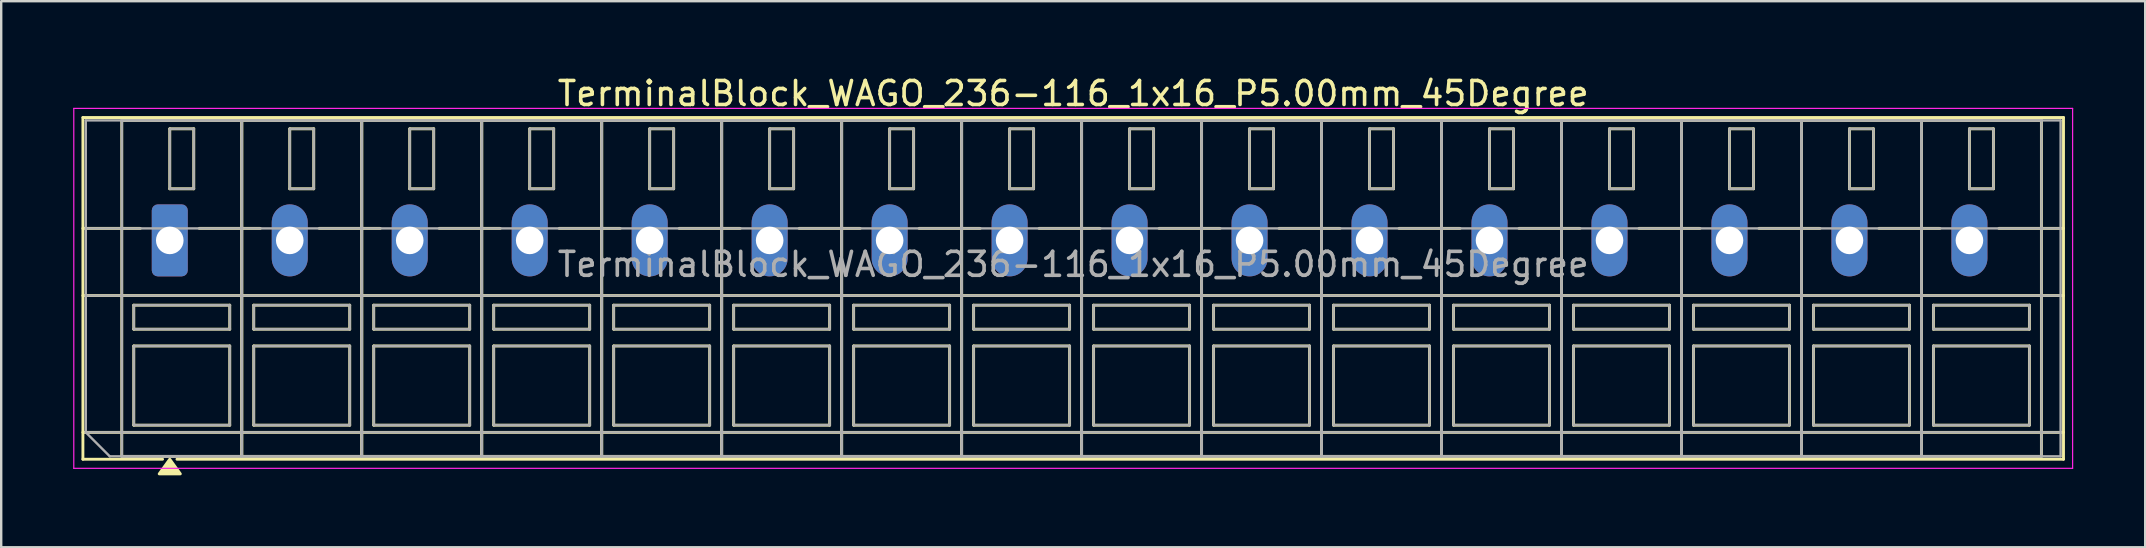
<source format=kicad_pcb>
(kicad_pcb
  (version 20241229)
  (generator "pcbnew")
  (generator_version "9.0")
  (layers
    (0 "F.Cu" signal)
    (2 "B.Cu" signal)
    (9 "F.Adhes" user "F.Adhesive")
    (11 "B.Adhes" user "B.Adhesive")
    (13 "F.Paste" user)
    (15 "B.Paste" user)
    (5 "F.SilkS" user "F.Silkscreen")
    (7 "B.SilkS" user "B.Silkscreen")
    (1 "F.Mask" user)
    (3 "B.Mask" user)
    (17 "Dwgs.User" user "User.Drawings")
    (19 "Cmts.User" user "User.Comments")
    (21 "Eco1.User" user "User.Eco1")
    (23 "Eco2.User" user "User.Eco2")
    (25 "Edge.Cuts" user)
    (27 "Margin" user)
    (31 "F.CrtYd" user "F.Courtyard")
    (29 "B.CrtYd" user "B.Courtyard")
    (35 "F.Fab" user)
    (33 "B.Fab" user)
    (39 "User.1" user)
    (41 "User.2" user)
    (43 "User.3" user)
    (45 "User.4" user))
  (footprint "TerminalBlock_WAGO_236-116_1x16_P5.00mm_45Degree"
    (layer "F.Cu")
    (at 4.025 6.968)
    (property "Reference" "TerminalBlock_WAGO_236-116_1x16_P5.00mm_45Degree" (at 37.65 -6.12 0) (layer "F.SilkS") (effects (font (size 1 1) (thickness 0.15))))
    (attr through_hole)
    (fp_line (start -3.62 -5.12) (end -3.62 9.12) (stroke (width 0.12) (type solid)) (layer "F.SilkS"))
    (fp_line (start -3.62 -5.12) (end 78.92 -5.12) (stroke (width 0.12) (type solid)) (layer "F.SilkS"))
    (fp_line (start -3.62 -0.5) (end -1.23 -0.5) (stroke (width 0.12) (type solid)) (layer "F.SilkS"))
    (fp_line (start -3.62 2.3) (end 78.92 2.3) (stroke (width 0.12) (type solid)) (layer "F.SilkS"))
    (fp_line (start -3.62 8) (end 78.92 8) (stroke (width 0.12) (type solid)) (layer "F.SilkS"))
    (fp_line (start -3.62 9.12) (end -0.3 9.12) (stroke (width 0.12) (type solid)) (layer "F.SilkS"))
    (fp_line (start -2 -5) (end -2 9) (stroke (width 0.12) (type solid)) (layer "F.SilkS"))
    (fp_line (start -2 -5) (end 3 -5) (stroke (width 0.12) (type solid)) (layer "F.SilkS"))
    (fp_line (start -2 9) (end 3 9) (stroke (width 0.12) (type solid)) (layer "F.SilkS"))
    (fp_line (start -1.5 2.7) (end -1.5 3.7) (stroke (width 0.12) (type solid)) (layer "F.SilkS"))
    (fp_line (start -1.5 2.7) (end 2.5 2.7) (stroke (width 0.12) (type solid)) (layer "F.SilkS"))
    (fp_line (start -1.5 3.7) (end 2.5 3.7) (stroke (width 0.12) (type solid)) (layer "F.SilkS"))
    (fp_line (start -1.5 4.4) (end -1.5 7.7) (stroke (width 0.12) (type solid)) (layer "F.SilkS"))
    (fp_line (start -1.5 4.4) (end 2.5 4.4) (stroke (width 0.12) (type solid)) (layer "F.SilkS"))
    (fp_line (start -1.5 7.7) (end 2.5 7.7) (stroke (width 0.12) (type solid)) (layer "F.SilkS"))
    (fp_line (start 0 -4.65) (end 0 -2.15) (stroke (width 0.12) (type solid)) (layer "F.SilkS"))
    (fp_line (start 0 -4.65) (end 1 -4.65) (stroke (width 0.12) (type solid)) (layer "F.SilkS"))
    (fp_line (start 0 -2.15) (end 1 -2.15) (stroke (width 0.12) (type solid)) (layer "F.SilkS"))
    (fp_line (start 0.3 9.12) (end 78.92 9.12) (stroke (width 0.12) (type solid)) (layer "F.SilkS"))
    (fp_line (start 1 -4.65) (end 1 -2.15) (stroke (width 0.12) (type solid)) (layer "F.SilkS"))
    (fp_line (start 1.23 -0.5) (end 3.77 -0.5) (stroke (width 0.12) (type solid)) (layer "F.SilkS"))
    (fp_line (start 2.5 2.7) (end 2.5 3.7) (stroke (width 0.12) (type solid)) (layer "F.SilkS"))
    (fp_line (start 2.5 4.4) (end 2.5 7.7) (stroke (width 0.12) (type solid)) (layer "F.SilkS"))
    (fp_line (start 3 -5) (end 3 9) (stroke (width 0.12) (type solid)) (layer "F.SilkS"))
    (fp_line (start 3 -5) (end 3 9) (stroke (width 0.12) (type solid)) (layer "F.SilkS"))
    (fp_line (start 3 -5) (end 8 -5) (stroke (width 0.12) (type solid)) (layer "F.SilkS"))
    (fp_line (start 3 9) (end 8 9) (stroke (width 0.12) (type solid)) (layer "F.SilkS"))
    (fp_line (start 3.5 2.7) (end 3.5 3.7) (stroke (width 0.12) (type solid)) (layer "F.SilkS"))
    (fp_line (start 3.5 2.7) (end 7.5 2.7) (stroke (width 0.12) (type solid)) (layer "F.SilkS"))
    (fp_line (start 3.5 3.7) (end 7.5 3.7) (stroke (width 0.12) (type solid)) (layer "F.SilkS"))
    (fp_line (start 3.5 4.4) (end 3.5 7.7) (stroke (width 0.12) (type solid)) (layer "F.SilkS"))
    (fp_line (start 3.5 4.4) (end 7.5 4.4) (stroke (width 0.12) (type solid)) (layer "F.SilkS"))
    (fp_line (start 3.5 7.7) (end 7.5 7.7) (stroke (width 0.12) (type solid)) (layer "F.SilkS"))
    (fp_line (start 5 -4.65) (end 5 -2.15) (stroke (width 0.12) (type solid)) (layer "F.SilkS"))
    (fp_line (start 5 -4.65) (end 6 -4.65) (stroke (width 0.12) (type solid)) (layer "F.SilkS"))
    (fp_line (start 5 -2.15) (end 6 -2.15) (stroke (width 0.12) (type solid)) (layer "F.SilkS"))
    (fp_line (start 6 -4.65) (end 6 -2.15) (stroke (width 0.12) (type solid)) (layer "F.SilkS"))
    (fp_line (start 6.23 -0.5) (end 8.77 -0.5) (stroke (width 0.12) (type solid)) (layer "F.SilkS"))
    (fp_line (start 7.5 2.7) (end 7.5 3.7) (stroke (width 0.12) (type solid)) (layer "F.SilkS"))
    (fp_line (start 7.5 4.4) (end 7.5 7.7) (stroke (width 0.12) (type solid)) (layer "F.SilkS"))
    (fp_line (start 8 -5) (end 8 9) (stroke (width 0.12) (type solid)) (layer "F.SilkS"))
    (fp_line (start 8 -5) (end 8 9) (stroke (width 0.12) (type solid)) (layer "F.SilkS"))
    (fp_line (start 8 -5) (end 13 -5) (stroke (width 0.12) (type solid)) (layer "F.SilkS"))
    (fp_line (start 8 9) (end 13 9) (stroke (width 0.12) (type solid)) (layer "F.SilkS"))
    (fp_line (start 8.5 2.7) (end 8.5 3.7) (stroke (width 0.12) (type solid)) (layer "F.SilkS"))
    (fp_line (start 8.5 2.7) (end 12.5 2.7) (stroke (width 0.12) (type solid)) (layer "F.SilkS"))
    (fp_line (start 8.5 3.7) (end 12.5 3.7) (stroke (width 0.12) (type solid)) (layer "F.SilkS"))
    (fp_line (start 8.5 4.4) (end 8.5 7.7) (stroke (width 0.12) (type solid)) (layer "F.SilkS"))
    (fp_line (start 8.5 4.4) (end 12.5 4.4) (stroke (width 0.12) (type solid)) (layer "F.SilkS"))
    (fp_line (start 8.5 7.7) (end 12.5 7.7) (stroke (width 0.12) (type solid)) (layer "F.SilkS"))
    (fp_line (start 10 -4.65) (end 10 -2.15) (stroke (width 0.12) (type solid)) (layer "F.SilkS"))
    (fp_line (start 10 -4.65) (end 11 -4.65) (stroke (width 0.12) (type solid)) (layer "F.SilkS"))
    (fp_line (start 10 -2.15) (end 11 -2.15) (stroke (width 0.12) (type solid)) (layer "F.SilkS"))
    (fp_line (start 11 -4.65) (end 11 -2.15) (stroke (width 0.12) (type solid)) (layer "F.SilkS"))
    (fp_line (start 11.23 -0.5) (end 13.77 -0.5) (stroke (width 0.12) (type solid)) (layer "F.SilkS"))
    (fp_line (start 12.5 2.7) (end 12.5 3.7) (stroke (width 0.12) (type solid)) (layer "F.SilkS"))
    (fp_line (start 12.5 4.4) (end 12.5 7.7) (stroke (width 0.12) (type solid)) (layer "F.SilkS"))
    (fp_line (start 13 -5) (end 13 9) (stroke (width 0.12) (type solid)) (layer "F.SilkS"))
    (fp_line (start 13 -5) (end 13 9) (stroke (width 0.12) (type solid)) (layer "F.SilkS"))
    (fp_line (start 13 -5) (end 18 -5) (stroke (width 0.12) (type solid)) (layer "F.SilkS"))
    (fp_line (start 13 9) (end 18 9) (stroke (width 0.12) (type solid)) (layer "F.SilkS"))
    (fp_line (start 13.5 2.7) (end 13.5 3.7) (stroke (width 0.12) (type solid)) (layer "F.SilkS"))
    (fp_line (start 13.5 2.7) (end 17.5 2.7) (stroke (width 0.12) (type solid)) (layer "F.SilkS"))
    (fp_line (start 13.5 3.7) (end 17.5 3.7) (stroke (width 0.12) (type solid)) (layer "F.SilkS"))
    (fp_line (start 13.5 4.4) (end 13.5 7.7) (stroke (width 0.12) (type solid)) (layer "F.SilkS"))
    (fp_line (start 13.5 4.4) (end 17.5 4.4) (stroke (width 0.12) (type solid)) (layer "F.SilkS"))
    (fp_line (start 13.5 7.7) (end 17.5 7.7) (stroke (width 0.12) (type solid)) (layer "F.SilkS"))
    (fp_line (start 15 -4.65) (end 15 -2.15) (stroke (width 0.12) (type solid)) (layer "F.SilkS"))
    (fp_line (start 15 -4.65) (end 16 -4.65) (stroke (width 0.12) (type solid)) (layer "F.SilkS"))
    (fp_line (start 15 -2.15) (end 16 -2.15) (stroke (width 0.12) (type solid)) (layer "F.SilkS"))
    (fp_line (start 16 -4.65) (end 16 -2.15) (stroke (width 0.12) (type solid)) (layer "F.SilkS"))
    (fp_line (start 16.23 -0.5) (end 18.77 -0.5) (stroke (width 0.12) (type solid)) (layer "F.SilkS"))
    (fp_line (start 17.5 2.7) (end 17.5 3.7) (stroke (width 0.12) (type solid)) (layer "F.SilkS"))
    (fp_line (start 17.5 4.4) (end 17.5 7.7) (stroke (width 0.12) (type solid)) (layer "F.SilkS"))
    (fp_line (start 18 -5) (end 18 9) (stroke (width 0.12) (type solid)) (layer "F.SilkS"))
    (fp_line (start 18 -5) (end 18 9) (stroke (width 0.12) (type solid)) (layer "F.SilkS"))
    (fp_line (start 18 -5) (end 23 -5) (stroke (width 0.12) (type solid)) (layer "F.SilkS"))
    (fp_line (start 18 9) (end 23 9) (stroke (width 0.12) (type solid)) (layer "F.SilkS"))
    (fp_line (start 18.5 2.7) (end 18.5 3.7) (stroke (width 0.12) (type solid)) (layer "F.SilkS"))
    (fp_line (start 18.5 2.7) (end 22.5 2.7) (stroke (width 0.12) (type solid)) (layer "F.SilkS"))
    (fp_line (start 18.5 3.7) (end 22.5 3.7) (stroke (width 0.12) (type solid)) (layer "F.SilkS"))
    (fp_line (start 18.5 4.4) (end 18.5 7.7) (stroke (width 0.12) (type solid)) (layer "F.SilkS"))
    (fp_line (start 18.5 4.4) (end 22.5 4.4) (stroke (width 0.12) (type solid)) (layer "F.SilkS"))
    (fp_line (start 18.5 7.7) (end 22.5 7.7) (stroke (width 0.12) (type solid)) (layer "F.SilkS"))
    (fp_line (start 20 -4.65) (end 20 -2.15) (stroke (width 0.12) (type solid)) (layer "F.SilkS"))
    (fp_line (start 20 -4.65) (end 21 -4.65) (stroke (width 0.12) (type solid)) (layer "F.SilkS"))
    (fp_line (start 20 -2.15) (end 21 -2.15) (stroke (width 0.12) (type solid)) (layer "F.SilkS"))
    (fp_line (start 21 -4.65) (end 21 -2.15) (stroke (width 0.12) (type solid)) (layer "F.SilkS"))
    (fp_line (start 21.23 -0.5) (end 23.77 -0.5) (stroke (width 0.12) (type solid)) (layer "F.SilkS"))
    (fp_line (start 22.5 2.7) (end 22.5 3.7) (stroke (width 0.12) (type solid)) (layer "F.SilkS"))
    (fp_line (start 22.5 4.4) (end 22.5 7.7) (stroke (width 0.12) (type solid)) (layer "F.SilkS"))
    (fp_line (start 23 -5) (end 23 9) (stroke (width 0.12) (type solid)) (layer "F.SilkS"))
    (fp_line (start 23 -5) (end 23 9) (stroke (width 0.12) (type solid)) (layer "F.SilkS"))
    (fp_line (start 23 -5) (end 28 -5) (stroke (width 0.12) (type solid)) (layer "F.SilkS"))
    (fp_line (start 23 9) (end 28 9) (stroke (width 0.12) (type solid)) (layer "F.SilkS"))
    (fp_line (start 23.5 2.7) (end 23.5 3.7) (stroke (width 0.12) (type solid)) (layer "F.SilkS"))
    (fp_line (start 23.5 2.7) (end 27.5 2.7) (stroke (width 0.12) (type solid)) (layer "F.SilkS"))
    (fp_line (start 23.5 3.7) (end 27.5 3.7) (stroke (width 0.12) (type solid)) (layer "F.SilkS"))
    (fp_line (start 23.5 4.4) (end 23.5 7.7) (stroke (width 0.12) (type solid)) (layer "F.SilkS"))
    (fp_line (start 23.5 4.4) (end 27.5 4.4) (stroke (width 0.12) (type solid)) (layer "F.SilkS"))
    (fp_line (start 23.5 7.7) (end 27.5 7.7) (stroke (width 0.12) (type solid)) (layer "F.SilkS"))
    (fp_line (start 25 -4.65) (end 25 -2.15) (stroke (width 0.12) (type solid)) (layer "F.SilkS"))
    (fp_line (start 25 -4.65) (end 26 -4.65) (stroke (width 0.12) (type solid)) (layer "F.SilkS"))
    (fp_line (start 25 -2.15) (end 26 -2.15) (stroke (width 0.12) (type solid)) (layer "F.SilkS"))
    (fp_line (start 26 -4.65) (end 26 -2.15) (stroke (width 0.12) (type solid)) (layer "F.SilkS"))
    (fp_line (start 26.23 -0.5) (end 28.77 -0.5) (stroke (width 0.12) (type solid)) (layer "F.SilkS"))
    (fp_line (start 27.5 2.7) (end 27.5 3.7) (stroke (width 0.12) (type solid)) (layer "F.SilkS"))
    (fp_line (start 27.5 4.4) (end 27.5 7.7) (stroke (width 0.12) (type solid)) (layer "F.SilkS"))
    (fp_line (start 28 -5) (end 28 9) (stroke (width 0.12) (type solid)) (layer "F.SilkS"))
    (fp_line (start 28 -5) (end 28 9) (stroke (width 0.12) (type solid)) (layer "F.SilkS"))
    (fp_line (start 28 -5) (end 33 -5) (stroke (width 0.12) (type solid)) (layer "F.SilkS"))
    (fp_line (start 28 9) (end 33 9) (stroke (width 0.12) (type solid)) (layer "F.SilkS"))
    (fp_line (start 28.5 2.7) (end 28.5 3.7) (stroke (width 0.12) (type solid)) (layer "F.SilkS"))
    (fp_line (start 28.5 2.7) (end 32.5 2.7) (stroke (width 0.12) (type solid)) (layer "F.SilkS"))
    (fp_line (start 28.5 3.7) (end 32.5 3.7) (stroke (width 0.12) (type solid)) (layer "F.SilkS"))
    (fp_line (start 28.5 4.4) (end 28.5 7.7) (stroke (width 0.12) (type solid)) (layer "F.SilkS"))
    (fp_line (start 28.5 4.4) (end 32.5 4.4) (stroke (width 0.12) (type solid)) (layer "F.SilkS"))
    (fp_line (start 28.5 7.7) (end 32.5 7.7) (stroke (width 0.12) (type solid)) (layer "F.SilkS"))
    (fp_line (start 30 -4.65) (end 30 -2.15) (stroke (width 0.12) (type solid)) (layer "F.SilkS"))
    (fp_line (start 30 -4.65) (end 31 -4.65) (stroke (width 0.12) (type solid)) (layer "F.SilkS"))
    (fp_line (start 30 -2.15) (end 31 -2.15) (stroke (width 0.12) (type solid)) (layer "F.SilkS"))
    (fp_line (start 31 -4.65) (end 31 -2.15) (stroke (width 0.12) (type solid)) (layer "F.SilkS"))
    (fp_line (start 31.23 -0.5) (end 33.77 -0.5) (stroke (width 0.12) (type solid)) (layer "F.SilkS"))
    (fp_line (start 32.5 2.7) (end 32.5 3.7) (stroke (width 0.12) (type solid)) (layer "F.SilkS"))
    (fp_line (start 32.5 4.4) (end 32.5 7.7) (stroke (width 0.12) (type solid)) (layer "F.SilkS"))
    (fp_line (start 33 -5) (end 33 9) (stroke (width 0.12) (type solid)) (layer "F.SilkS"))
    (fp_line (start 33 -5) (end 33 9) (stroke (width 0.12) (type solid)) (layer "F.SilkS"))
    (fp_line (start 33 -5) (end 38 -5) (stroke (width 0.12) (type solid)) (layer "F.SilkS"))
    (fp_line (start 33 9) (end 38 9) (stroke (width 0.12) (type solid)) (layer "F.SilkS"))
    (fp_line (start 33.5 2.7) (end 33.5 3.7) (stroke (width 0.12) (type solid)) (layer "F.SilkS"))
    (fp_line (start 33.5 2.7) (end 37.5 2.7) (stroke (width 0.12) (type solid)) (layer "F.SilkS"))
    (fp_line (start 33.5 3.7) (end 37.5 3.7) (stroke (width 0.12) (type solid)) (layer "F.SilkS"))
    (fp_line (start 33.5 4.4) (end 33.5 7.7) (stroke (width 0.12) (type solid)) (layer "F.SilkS"))
    (fp_line (start 33.5 4.4) (end 37.5 4.4) (stroke (width 0.12) (type solid)) (layer "F.SilkS"))
    (fp_line (start 33.5 7.7) (end 37.5 7.7) (stroke (width 0.12) (type solid)) (layer "F.SilkS"))
    (fp_line (start 35 -4.65) (end 35 -2.15) (stroke (width 0.12) (type solid)) (layer "F.SilkS"))
    (fp_line (start 35 -4.65) (end 36 -4.65) (stroke (width 0.12) (type solid)) (layer "F.SilkS"))
    (fp_line (start 35 -2.15) (end 36 -2.15) (stroke (width 0.12) (type solid)) (layer "F.SilkS"))
    (fp_line (start 36 -4.65) (end 36 -2.15) (stroke (width 0.12) (type solid)) (layer "F.SilkS"))
    (fp_line (start 36.23 -0.5) (end 38.77 -0.5) (stroke (width 0.12) (type solid)) (layer "F.SilkS"))
    (fp_line (start 37.5 2.7) (end 37.5 3.7) (stroke (width 0.12) (type solid)) (layer "F.SilkS"))
    (fp_line (start 37.5 4.4) (end 37.5 7.7) (stroke (width 0.12) (type solid)) (layer "F.SilkS"))
    (fp_line (start 38 -5) (end 38 9) (stroke (width 0.12) (type solid)) (layer "F.SilkS"))
    (fp_line (start 38 -5) (end 38 9) (stroke (width 0.12) (type solid)) (layer "F.SilkS"))
    (fp_line (start 38 -5) (end 43 -5) (stroke (width 0.12) (type solid)) (layer "F.SilkS"))
    (fp_line (start 38 9) (end 43 9) (stroke (width 0.12) (type solid)) (layer "F.SilkS"))
    (fp_line (start 38.5 2.7) (end 38.5 3.7) (stroke (width 0.12) (type solid)) (layer "F.SilkS"))
    (fp_line (start 38.5 2.7) (end 42.5 2.7) (stroke (width 0.12) (type solid)) (layer "F.SilkS"))
    (fp_line (start 38.5 3.7) (end 42.5 3.7) (stroke (width 0.12) (type solid)) (layer "F.SilkS"))
    (fp_line (start 38.5 4.4) (end 38.5 7.7) (stroke (width 0.12) (type solid)) (layer "F.SilkS"))
    (fp_line (start 38.5 4.4) (end 42.5 4.4) (stroke (width 0.12) (type solid)) (layer "F.SilkS"))
    (fp_line (start 38.5 7.7) (end 42.5 7.7) (stroke (width 0.12) (type solid)) (layer "F.SilkS"))
    (fp_line (start 40 -4.65) (end 40 -2.15) (stroke (width 0.12) (type solid)) (layer "F.SilkS"))
    (fp_line (start 40 -4.65) (end 41 -4.65) (stroke (width 0.12) (type solid)) (layer "F.SilkS"))
    (fp_line (start 40 -2.15) (end 41 -2.15) (stroke (width 0.12) (type solid)) (layer "F.SilkS"))
    (fp_line (start 41 -4.65) (end 41 -2.15) (stroke (width 0.12) (type solid)) (layer "F.SilkS"))
    (fp_line (start 41.23 -0.5) (end 43.77 -0.5) (stroke (width 0.12) (type solid)) (layer "F.SilkS"))
    (fp_line (start 42.5 2.7) (end 42.5 3.7) (stroke (width 0.12) (type solid)) (layer "F.SilkS"))
    (fp_line (start 42.5 4.4) (end 42.5 7.7) (stroke (width 0.12) (type solid)) (layer "F.SilkS"))
    (fp_line (start 43 -5) (end 43 9) (stroke (width 0.12) (type solid)) (layer "F.SilkS"))
    (fp_line (start 43 -5) (end 43 9) (stroke (width 0.12) (type solid)) (layer "F.SilkS"))
    (fp_line (start 43 -5) (end 48 -5) (stroke (width 0.12) (type solid)) (layer "F.SilkS"))
    (fp_line (start 43 9) (end 48 9) (stroke (width 0.12) (type solid)) (layer "F.SilkS"))
    (fp_line (start 43.5 2.7) (end 43.5 3.7) (stroke (width 0.12) (type solid)) (layer "F.SilkS"))
    (fp_line (start 43.5 2.7) (end 47.5 2.7) (stroke (width 0.12) (type solid)) (layer "F.SilkS"))
    (fp_line (start 43.5 3.7) (end 47.5 3.7) (stroke (width 0.12) (type solid)) (layer "F.SilkS"))
    (fp_line (start 43.5 4.4) (end 43.5 7.7) (stroke (width 0.12) (type solid)) (layer "F.SilkS"))
    (fp_line (start 43.5 4.4) (end 47.5 4.4) (stroke (width 0.12) (type solid)) (layer "F.SilkS"))
    (fp_line (start 43.5 7.7) (end 47.5 7.7) (stroke (width 0.12) (type solid)) (layer "F.SilkS"))
    (fp_line (start 45 -4.65) (end 45 -2.15) (stroke (width 0.12) (type solid)) (layer "F.SilkS"))
    (fp_line (start 45 -4.65) (end 46 -4.65) (stroke (width 0.12) (type solid)) (layer "F.SilkS"))
    (fp_line (start 45 -2.15) (end 46 -2.15) (stroke (width 0.12) (type solid)) (layer "F.SilkS"))
    (fp_line (start 46 -4.65) (end 46 -2.15) (stroke (width 0.12) (type solid)) (layer "F.SilkS"))
    (fp_line (start 46.23 -0.5) (end 48.77 -0.5) (stroke (width 0.12) (type solid)) (layer "F.SilkS"))
    (fp_line (start 47.5 2.7) (end 47.5 3.7) (stroke (width 0.12) (type solid)) (layer "F.SilkS"))
    (fp_line (start 47.5 4.4) (end 47.5 7.7) (stroke (width 0.12) (type solid)) (layer "F.SilkS"))
    (fp_line (start 48 -5) (end 48 9) (stroke (width 0.12) (type solid)) (layer "F.SilkS"))
    (fp_line (start 48 -5) (end 48 9) (stroke (width 0.12) (type solid)) (layer "F.SilkS"))
    (fp_line (start 48 -5) (end 53 -5) (stroke (width 0.12) (type solid)) (layer "F.SilkS"))
    (fp_line (start 48 9) (end 53 9) (stroke (width 0.12) (type solid)) (layer "F.SilkS"))
    (fp_line (start 48.5 2.7) (end 48.5 3.7) (stroke (width 0.12) (type solid)) (layer "F.SilkS"))
    (fp_line (start 48.5 2.7) (end 52.5 2.7) (stroke (width 0.12) (type solid)) (layer "F.SilkS"))
    (fp_line (start 48.5 3.7) (end 52.5 3.7) (stroke (width 0.12) (type solid)) (layer "F.SilkS"))
    (fp_line (start 48.5 4.4) (end 48.5 7.7) (stroke (width 0.12) (type solid)) (layer "F.SilkS"))
    (fp_line (start 48.5 4.4) (end 52.5 4.4) (stroke (width 0.12) (type solid)) (layer "F.SilkS"))
    (fp_line (start 48.5 7.7) (end 52.5 7.7) (stroke (width 0.12) (type solid)) (layer "F.SilkS"))
    (fp_line (start 50 -4.65) (end 50 -2.15) (stroke (width 0.12) (type solid)) (layer "F.SilkS"))
    (fp_line (start 50 -4.65) (end 51 -4.65) (stroke (width 0.12) (type solid)) (layer "F.SilkS"))
    (fp_line (start 50 -2.15) (end 51 -2.15) (stroke (width 0.12) (type solid)) (layer "F.SilkS"))
    (fp_line (start 51 -4.65) (end 51 -2.15) (stroke (width 0.12) (type solid)) (layer "F.SilkS"))
    (fp_line (start 51.23 -0.5) (end 53.77 -0.5) (stroke (width 0.12) (type solid)) (layer "F.SilkS"))
    (fp_line (start 52.5 2.7) (end 52.5 3.7) (stroke (width 0.12) (type solid)) (layer "F.SilkS"))
    (fp_line (start 52.5 4.4) (end 52.5 7.7) (stroke (width 0.12) (type solid)) (layer "F.SilkS"))
    (fp_line (start 53 -5) (end 53 9) (stroke (width 0.12) (type solid)) (layer "F.SilkS"))
    (fp_line (start 53 -5) (end 53 9) (stroke (width 0.12) (type solid)) (layer "F.SilkS"))
    (fp_line (start 53 -5) (end 58 -5) (stroke (width 0.12) (type solid)) (layer "F.SilkS"))
    (fp_line (start 53 9) (end 58 9) (stroke (width 0.12) (type solid)) (layer "F.SilkS"))
    (fp_line (start 53.5 2.7) (end 53.5 3.7) (stroke (width 0.12) (type solid)) (layer "F.SilkS"))
    (fp_line (start 53.5 2.7) (end 57.5 2.7) (stroke (width 0.12) (type solid)) (layer "F.SilkS"))
    (fp_line (start 53.5 3.7) (end 57.5 3.7) (stroke (width 0.12) (type solid)) (layer "F.SilkS"))
    (fp_line (start 53.5 4.4) (end 53.5 7.7) (stroke (width 0.12) (type solid)) (layer "F.SilkS"))
    (fp_line (start 53.5 4.4) (end 57.5 4.4) (stroke (width 0.12) (type solid)) (layer "F.SilkS"))
    (fp_line (start 53.5 7.7) (end 57.5 7.7) (stroke (width 0.12) (type solid)) (layer "F.SilkS"))
    (fp_line (start 55 -4.65) (end 55 -2.15) (stroke (width 0.12) (type solid)) (layer "F.SilkS"))
    (fp_line (start 55 -4.65) (end 56 -4.65) (stroke (width 0.12) (type solid)) (layer "F.SilkS"))
    (fp_line (start 55 -2.15) (end 56 -2.15) (stroke (width 0.12) (type solid)) (layer "F.SilkS"))
    (fp_line (start 56 -4.65) (end 56 -2.15) (stroke (width 0.12) (type solid)) (layer "F.SilkS"))
    (fp_line (start 56.23 -0.5) (end 58.77 -0.5) (stroke (width 0.12) (type solid)) (layer "F.SilkS"))
    (fp_line (start 57.5 2.7) (end 57.5 3.7) (stroke (width 0.12) (type solid)) (layer "F.SilkS"))
    (fp_line (start 57.5 4.4) (end 57.5 7.7) (stroke (width 0.12) (type solid)) (layer "F.SilkS"))
    (fp_line (start 58 -5) (end 58 9) (stroke (width 0.12) (type solid)) (layer "F.SilkS"))
    (fp_line (start 58 -5) (end 58 9) (stroke (width 0.12) (type solid)) (layer "F.SilkS"))
    (fp_line (start 58 -5) (end 63 -5) (stroke (width 0.12) (type solid)) (layer "F.SilkS"))
    (fp_line (start 58 9) (end 63 9) (stroke (width 0.12) (type solid)) (layer "F.SilkS"))
    (fp_line (start 58.5 2.7) (end 58.5 3.7) (stroke (width 0.12) (type solid)) (layer "F.SilkS"))
    (fp_line (start 58.5 2.7) (end 62.5 2.7) (stroke (width 0.12) (type solid)) (layer "F.SilkS"))
    (fp_line (start 58.5 3.7) (end 62.5 3.7) (stroke (width 0.12) (type solid)) (layer "F.SilkS"))
    (fp_line (start 58.5 4.4) (end 58.5 7.7) (stroke (width 0.12) (type solid)) (layer "F.SilkS"))
    (fp_line (start 58.5 4.4) (end 62.5 4.4) (stroke (width 0.12) (type solid)) (layer "F.SilkS"))
    (fp_line (start 58.5 7.7) (end 62.5 7.7) (stroke (width 0.12) (type solid)) (layer "F.SilkS"))
    (fp_line (start 60 -4.65) (end 60 -2.15) (stroke (width 0.12) (type solid)) (layer "F.SilkS"))
    (fp_line (start 60 -4.65) (end 61 -4.65) (stroke (width 0.12) (type solid)) (layer "F.SilkS"))
    (fp_line (start 60 -2.15) (end 61 -2.15) (stroke (width 0.12) (type solid)) (layer "F.SilkS"))
    (fp_line (start 61 -4.65) (end 61 -2.15) (stroke (width 0.12) (type solid)) (layer "F.SilkS"))
    (fp_line (start 61.23 -0.5) (end 63.77 -0.5) (stroke (width 0.12) (type solid)) (layer "F.SilkS"))
    (fp_line (start 62.5 2.7) (end 62.5 3.7) (stroke (width 0.12) (type solid)) (layer "F.SilkS"))
    (fp_line (start 62.5 4.4) (end 62.5 7.7) (stroke (width 0.12) (type solid)) (layer "F.SilkS"))
    (fp_line (start 63 -5) (end 63 9) (stroke (width 0.12) (type solid)) (layer "F.SilkS"))
    (fp_line (start 63 -5) (end 63 9) (stroke (width 0.12) (type solid)) (layer "F.SilkS"))
    (fp_line (start 63 -5) (end 68 -5) (stroke (width 0.12) (type solid)) (layer "F.SilkS"))
    (fp_line (start 63 9) (end 68 9) (stroke (width 0.12) (type solid)) (layer "F.SilkS"))
    (fp_line (start 63.5 2.7) (end 63.5 3.7) (stroke (width 0.12) (type solid)) (layer "F.SilkS"))
    (fp_line (start 63.5 2.7) (end 67.5 2.7) (stroke (width 0.12) (type solid)) (layer "F.SilkS"))
    (fp_line (start 63.5 3.7) (end 67.5 3.7) (stroke (width 0.12) (type solid)) (layer "F.SilkS"))
    (fp_line (start 63.5 4.4) (end 63.5 7.7) (stroke (width 0.12) (type solid)) (layer "F.SilkS"))
    (fp_line (start 63.5 4.4) (end 67.5 4.4) (stroke (width 0.12) (type solid)) (layer "F.SilkS"))
    (fp_line (start 63.5 7.7) (end 67.5 7.7) (stroke (width 0.12) (type solid)) (layer "F.SilkS"))
    (fp_line (start 65 -4.65) (end 65 -2.15) (stroke (width 0.12) (type solid)) (layer "F.SilkS"))
    (fp_line (start 65 -4.65) (end 66 -4.65) (stroke (width 0.12) (type solid)) (layer "F.SilkS"))
    (fp_line (start 65 -2.15) (end 66 -2.15) (stroke (width 0.12) (type solid)) (layer "F.SilkS"))
    (fp_line (start 66 -4.65) (end 66 -2.15) (stroke (width 0.12) (type solid)) (layer "F.SilkS"))
    (fp_line (start 66.23 -0.5) (end 68.77 -0.5) (stroke (width 0.12) (type solid)) (layer "F.SilkS"))
    (fp_line (start 67.5 2.7) (end 67.5 3.7) (stroke (width 0.12) (type solid)) (layer "F.SilkS"))
    (fp_line (start 67.5 4.4) (end 67.5 7.7) (stroke (width 0.12) (type solid)) (layer "F.SilkS"))
    (fp_line (start 68 -5) (end 68 9) (stroke (width 0.12) (type solid)) (layer "F.SilkS"))
    (fp_line (start 68 -5) (end 68 9) (stroke (width 0.12) (type solid)) (layer "F.SilkS"))
    (fp_line (start 68 -5) (end 73 -5) (stroke (width 0.12) (type solid)) (layer "F.SilkS"))
    (fp_line (start 68 9) (end 73 9) (stroke (width 0.12) (type solid)) (layer "F.SilkS"))
    (fp_line (start 68.5 2.7) (end 68.5 3.7) (stroke (width 0.12) (type solid)) (layer "F.SilkS"))
    (fp_line (start 68.5 2.7) (end 72.5 2.7) (stroke (width 0.12) (type solid)) (layer "F.SilkS"))
    (fp_line (start 68.5 3.7) (end 72.5 3.7) (stroke (width 0.12) (type solid)) (layer "F.SilkS"))
    (fp_line (start 68.5 4.4) (end 68.5 7.7) (stroke (width 0.12) (type solid)) (layer "F.SilkS"))
    (fp_line (start 68.5 4.4) (end 72.5 4.4) (stroke (width 0.12) (type solid)) (layer "F.SilkS"))
    (fp_line (start 68.5 7.7) (end 72.5 7.7) (stroke (width 0.12) (type solid)) (layer "F.SilkS"))
    (fp_line (start 70 -4.65) (end 70 -2.15) (stroke (width 0.12) (type solid)) (layer "F.SilkS"))
    (fp_line (start 70 -4.65) (end 71 -4.65) (stroke (width 0.12) (type solid)) (layer "F.SilkS"))
    (fp_line (start 70 -2.15) (end 71 -2.15) (stroke (width 0.12) (type solid)) (layer "F.SilkS"))
    (fp_line (start 71 -4.65) (end 71 -2.15) (stroke (width 0.12) (type solid)) (layer "F.SilkS"))
    (fp_line (start 71.23 -0.5) (end 73.77 -0.5) (stroke (width 0.12) (type solid)) (layer "F.SilkS"))
    (fp_line (start 72.5 2.7) (end 72.5 3.7) (stroke (width 0.12) (type solid)) (layer "F.SilkS"))
    (fp_line (start 72.5 4.4) (end 72.5 7.7) (stroke (width 0.12) (type solid)) (layer "F.SilkS"))
    (fp_line (start 73 -5) (end 73 9) (stroke (width 0.12) (type solid)) (layer "F.SilkS"))
    (fp_line (start 73 -5) (end 73 9) (stroke (width 0.12) (type solid)) (layer "F.SilkS"))
    (fp_line (start 73 -5) (end 78 -5) (stroke (width 0.12) (type solid)) (layer "F.SilkS"))
    (fp_line (start 73 9) (end 78 9) (stroke (width 0.12) (type solid)) (layer "F.SilkS"))
    (fp_line (start 73.5 2.7) (end 73.5 3.7) (stroke (width 0.12) (type solid)) (layer "F.SilkS"))
    (fp_line (start 73.5 2.7) (end 77.5 2.7) (stroke (width 0.12) (type solid)) (layer "F.SilkS"))
    (fp_line (start 73.5 3.7) (end 77.5 3.7) (stroke (width 0.12) (type solid)) (layer "F.SilkS"))
    (fp_line (start 73.5 4.4) (end 73.5 7.7) (stroke (width 0.12) (type solid)) (layer "F.SilkS"))
    (fp_line (start 73.5 4.4) (end 77.5 4.4) (stroke (width 0.12) (type solid)) (layer "F.SilkS"))
    (fp_line (start 73.5 7.7) (end 77.5 7.7) (stroke (width 0.12) (type solid)) (layer "F.SilkS"))
    (fp_line (start 75 -4.65) (end 75 -2.15) (stroke (width 0.12) (type solid)) (layer "F.SilkS"))
    (fp_line (start 75 -4.65) (end 76 -4.65) (stroke (width 0.12) (type solid)) (layer "F.SilkS"))
    (fp_line (start 75 -2.15) (end 76 -2.15) (stroke (width 0.12) (type solid)) (layer "F.SilkS"))
    (fp_line (start 76 -4.65) (end 76 -2.15) (stroke (width 0.12) (type solid)) (layer "F.SilkS"))
    (fp_line (start 76.23 -0.5) (end 78.92 -0.5) (stroke (width 0.12) (type solid)) (layer "F.SilkS"))
    (fp_line (start 77.5 2.7) (end 77.5 3.7) (stroke (width 0.12) (type solid)) (layer "F.SilkS"))
    (fp_line (start 77.5 4.4) (end 77.5 7.7) (stroke (width 0.12) (type solid)) (layer "F.SilkS"))
    (fp_line (start 78 -5) (end 78 9) (stroke (width 0.12) (type solid)) (layer "F.SilkS"))
    (fp_line (start 78.92 -5.12) (end 78.92 9.12) (stroke (width 0.12) (type solid)) (layer "F.SilkS"))
    (fp_poly (pts (xy 0 9.12) (xy 0.44 9.73) (xy -0.44 9.73)) (stroke (width 0.12) (type solid)) (fill yes) (layer "F.SilkS"))
    (fp_line (start -4 -5.5) (end -4 9.5) (stroke (width 0.05) (type solid)) (layer "F.CrtYd"))
    (fp_line (start -4 9.5) (end 79.3 9.5) (stroke (width 0.05) (type solid)) (layer "F.CrtYd"))
    (fp_line (start 79.3 -5.5) (end -4 -5.5) (stroke (width 0.05) (type solid)) (layer "F.CrtYd"))
    (fp_line (start 79.3 9.5) (end 79.3 -5.5) (stroke (width 0.05) (type solid)) (layer "F.CrtYd"))
    (fp_line (start -3.5 -5) (end 78.8 -5) (stroke (width 0.1) (type solid)) (layer "F.Fab"))
    (fp_line (start -3.5 -0.5) (end 78.8 -0.5) (stroke (width 0.1) (type solid)) (layer "F.Fab"))
    (fp_line (start -3.5 2.3) (end 78.8 2.3) (stroke (width 0.1) (type solid)) (layer "F.Fab"))
    (fp_line (start -3.5 8) (end -3.5 -5) (stroke (width 0.1) (type solid)) (layer "F.Fab"))
    (fp_line (start -3.5 8) (end 78.8 8) (stroke (width 0.1) (type solid)) (layer "F.Fab"))
    (fp_line (start -2.5 9) (end -3.5 8) (stroke (width 0.1) (type solid)) (layer "F.Fab"))
    (fp_line (start -2 -5) (end -2 9) (stroke (width 0.1) (type solid)) (layer "F.Fab"))
    (fp_line (start -2 9) (end 3 9) (stroke (width 0.1) (type solid)) (layer "F.Fab"))
    (fp_line (start -1.5 2.7) (end -1.5 3.7) (stroke (width 0.1) (type solid)) (layer "F.Fab"))
    (fp_line (start -1.5 3.7) (end 2.5 3.7) (stroke (width 0.1) (type solid)) (layer "F.Fab"))
    (fp_line (start -1.5 4.4) (end -1.5 7.7) (stroke (width 0.1) (type solid)) (layer "F.Fab"))
    (fp_line (start -1.5 7.7) (end 2.5 7.7) (stroke (width 0.1) (type solid)) (layer "F.Fab"))
    (fp_line (start 0 -4.65) (end 0 -2.15) (stroke (width 0.1) (type solid)) (layer "F.Fab"))
    (fp_line (start 0 -2.15) (end 1 -2.15) (stroke (width 0.1) (type solid)) (layer "F.Fab"))
    (fp_line (start 1 -4.65) (end 0 -4.65) (stroke (width 0.1) (type solid)) (layer "F.Fab"))
    (fp_line (start 1 -2.15) (end 1 -4.65) (stroke (width 0.1) (type solid)) (layer "F.Fab"))
    (fp_line (start 2.5 2.7) (end -1.5 2.7) (stroke (width 0.1) (type solid)) (layer "F.Fab"))
    (fp_line (start 2.5 3.7) (end 2.5 2.7) (stroke (width 0.1) (type solid)) (layer "F.Fab"))
    (fp_line (start 2.5 4.4) (end -1.5 4.4) (stroke (width 0.1) (type solid)) (layer "F.Fab"))
    (fp_line (start 2.5 7.7) (end 2.5 4.4) (stroke (width 0.1) (type solid)) (layer "F.Fab"))
    (fp_line (start 3 -5) (end -2 -5) (stroke (width 0.1) (type solid)) (layer "F.Fab"))
    (fp_line (start 3 -5) (end 3 9) (stroke (width 0.1) (type solid)) (layer "F.Fab"))
    (fp_line (start 3 9) (end 3 -5) (stroke (width 0.1) (type solid)) (layer "F.Fab"))
    (fp_line (start 3 9) (end 8 9) (stroke (width 0.1) (type solid)) (layer "F.Fab"))
    (fp_line (start 3.5 2.7) (end 3.5 3.7) (stroke (width 0.1) (type solid)) (layer "F.Fab"))
    (fp_line (start 3.5 3.7) (end 7.5 3.7) (stroke (width 0.1) (type solid)) (layer "F.Fab"))
    (fp_line (start 3.5 4.4) (end 3.5 7.7) (stroke (width 0.1) (type solid)) (layer "F.Fab"))
    (fp_line (start 3.5 7.7) (end 7.5 7.7) (stroke (width 0.1) (type solid)) (layer "F.Fab"))
    (fp_line (start 5 -4.65) (end 5 -2.15) (stroke (width 0.1) (type solid)) (layer "F.Fab"))
    (fp_line (start 5 -2.15) (end 6 -2.15) (stroke (width 0.1) (type solid)) (layer "F.Fab"))
    (fp_line (start 6 -4.65) (end 5 -4.65) (stroke (width 0.1) (type solid)) (layer "F.Fab"))
    (fp_line (start 6 -2.15) (end 6 -4.65) (stroke (width 0.1) (type solid)) (layer "F.Fab"))
    (fp_line (start 7.5 2.7) (end 3.5 2.7) (stroke (width 0.1) (type solid)) (layer "F.Fab"))
    (fp_line (start 7.5 3.7) (end 7.5 2.7) (stroke (width 0.1) (type solid)) (layer "F.Fab"))
    (fp_line (start 7.5 4.4) (end 3.5 4.4) (stroke (width 0.1) (type solid)) (layer "F.Fab"))
    (fp_line (start 7.5 7.7) (end 7.5 4.4) (stroke (width 0.1) (type solid)) (layer "F.Fab"))
    (fp_line (start 8 -5) (end 3 -5) (stroke (width 0.1) (type solid)) (layer "F.Fab"))
    (fp_line (start 8 -5) (end 8 9) (stroke (width 0.1) (type solid)) (layer "F.Fab"))
    (fp_line (start 8 9) (end 8 -5) (stroke (width 0.1) (type solid)) (layer "F.Fab"))
    (fp_line (start 8 9) (end 13 9) (stroke (width 0.1) (type solid)) (layer "F.Fab"))
    (fp_line (start 8.5 2.7) (end 8.5 3.7) (stroke (width 0.1) (type solid)) (layer "F.Fab"))
    (fp_line (start 8.5 3.7) (end 12.5 3.7) (stroke (width 0.1) (type solid)) (layer "F.Fab"))
    (fp_line (start 8.5 4.4) (end 8.5 7.7) (stroke (width 0.1) (type solid)) (layer "F.Fab"))
    (fp_line (start 8.5 7.7) (end 12.5 7.7) (stroke (width 0.1) (type solid)) (layer "F.Fab"))
    (fp_line (start 10 -4.65) (end 10 -2.15) (stroke (width 0.1) (type solid)) (layer "F.Fab"))
    (fp_line (start 10 -2.15) (end 11 -2.15) (stroke (width 0.1) (type solid)) (layer "F.Fab"))
    (fp_line (start 11 -4.65) (end 10 -4.65) (stroke (width 0.1) (type solid)) (layer "F.Fab"))
    (fp_line (start 11 -2.15) (end 11 -4.65) (stroke (width 0.1) (type solid)) (layer "F.Fab"))
    (fp_line (start 12.5 2.7) (end 8.5 2.7) (stroke (width 0.1) (type solid)) (layer "F.Fab"))
    (fp_line (start 12.5 3.7) (end 12.5 2.7) (stroke (width 0.1) (type solid)) (layer "F.Fab"))
    (fp_line (start 12.5 4.4) (end 8.5 4.4) (stroke (width 0.1) (type solid)) (layer "F.Fab"))
    (fp_line (start 12.5 7.7) (end 12.5 4.4) (stroke (width 0.1) (type solid)) (layer "F.Fab"))
    (fp_line (start 13 -5) (end 8 -5) (stroke (width 0.1) (type solid)) (layer "F.Fab"))
    (fp_line (start 13 -5) (end 13 9) (stroke (width 0.1) (type solid)) (layer "F.Fab"))
    (fp_line (start 13 9) (end 13 -5) (stroke (width 0.1) (type solid)) (layer "F.Fab"))
    (fp_line (start 13 9) (end 18 9) (stroke (width 0.1) (type solid)) (layer "F.Fab"))
    (fp_line (start 13.5 2.7) (end 13.5 3.7) (stroke (width 0.1) (type solid)) (layer "F.Fab"))
    (fp_line (start 13.5 3.7) (end 17.5 3.7) (stroke (width 0.1) (type solid)) (layer "F.Fab"))
    (fp_line (start 13.5 4.4) (end 13.5 7.7) (stroke (width 0.1) (type solid)) (layer "F.Fab"))
    (fp_line (start 13.5 7.7) (end 17.5 7.7) (stroke (width 0.1) (type solid)) (layer "F.Fab"))
    (fp_line (start 15 -4.65) (end 15 -2.15) (stroke (width 0.1) (type solid)) (layer "F.Fab"))
    (fp_line (start 15 -2.15) (end 16 -2.15) (stroke (width 0.1) (type solid)) (layer "F.Fab"))
    (fp_line (start 16 -4.65) (end 15 -4.65) (stroke (width 0.1) (type solid)) (layer "F.Fab"))
    (fp_line (start 16 -2.15) (end 16 -4.65) (stroke (width 0.1) (type solid)) (layer "F.Fab"))
    (fp_line (start 17.5 2.7) (end 13.5 2.7) (stroke (width 0.1) (type solid)) (layer "F.Fab"))
    (fp_line (start 17.5 3.7) (end 17.5 2.7) (stroke (width 0.1) (type solid)) (layer "F.Fab"))
    (fp_line (start 17.5 4.4) (end 13.5 4.4) (stroke (width 0.1) (type solid)) (layer "F.Fab"))
    (fp_line (start 17.5 7.7) (end 17.5 4.4) (stroke (width 0.1) (type solid)) (layer "F.Fab"))
    (fp_line (start 18 -5) (end 13 -5) (stroke (width 0.1) (type solid)) (layer "F.Fab"))
    (fp_line (start 18 -5) (end 18 9) (stroke (width 0.1) (type solid)) (layer "F.Fab"))
    (fp_line (start 18 9) (end 18 -5) (stroke (width 0.1) (type solid)) (layer "F.Fab"))
    (fp_line (start 18 9) (end 23 9) (stroke (width 0.1) (type solid)) (layer "F.Fab"))
    (fp_line (start 18.5 2.7) (end 18.5 3.7) (stroke (width 0.1) (type solid)) (layer "F.Fab"))
    (fp_line (start 18.5 3.7) (end 22.5 3.7) (stroke (width 0.1) (type solid)) (layer "F.Fab"))
    (fp_line (start 18.5 4.4) (end 18.5 7.7) (stroke (width 0.1) (type solid)) (layer "F.Fab"))
    (fp_line (start 18.5 7.7) (end 22.5 7.7) (stroke (width 0.1) (type solid)) (layer "F.Fab"))
    (fp_line (start 20 -4.65) (end 20 -2.15) (stroke (width 0.1) (type solid)) (layer "F.Fab"))
    (fp_line (start 20 -2.15) (end 21 -2.15) (stroke (width 0.1) (type solid)) (layer "F.Fab"))
    (fp_line (start 21 -4.65) (end 20 -4.65) (stroke (width 0.1) (type solid)) (layer "F.Fab"))
    (fp_line (start 21 -2.15) (end 21 -4.65) (stroke (width 0.1) (type solid)) (layer "F.Fab"))
    (fp_line (start 22.5 2.7) (end 18.5 2.7) (stroke (width 0.1) (type solid)) (layer "F.Fab"))
    (fp_line (start 22.5 3.7) (end 22.5 2.7) (stroke (width 0.1) (type solid)) (layer "F.Fab"))
    (fp_line (start 22.5 4.4) (end 18.5 4.4) (stroke (width 0.1) (type solid)) (layer "F.Fab"))
    (fp_line (start 22.5 7.7) (end 22.5 4.4) (stroke (width 0.1) (type solid)) (layer "F.Fab"))
    (fp_line (start 23 -5) (end 18 -5) (stroke (width 0.1) (type solid)) (layer "F.Fab"))
    (fp_line (start 23 -5) (end 23 9) (stroke (width 0.1) (type solid)) (layer "F.Fab"))
    (fp_line (start 23 9) (end 23 -5) (stroke (width 0.1) (type solid)) (layer "F.Fab"))
    (fp_line (start 23 9) (end 28 9) (stroke (width 0.1) (type solid)) (layer "F.Fab"))
    (fp_line (start 23.5 2.7) (end 23.5 3.7) (stroke (width 0.1) (type solid)) (layer "F.Fab"))
    (fp_line (start 23.5 3.7) (end 27.5 3.7) (stroke (width 0.1) (type solid)) (layer "F.Fab"))
    (fp_line (start 23.5 4.4) (end 23.5 7.7) (stroke (width 0.1) (type solid)) (layer "F.Fab"))
    (fp_line (start 23.5 7.7) (end 27.5 7.7) (stroke (width 0.1) (type solid)) (layer "F.Fab"))
    (fp_line (start 25 -4.65) (end 25 -2.15) (stroke (width 0.1) (type solid)) (layer "F.Fab"))
    (fp_line (start 25 -2.15) (end 26 -2.15) (stroke (width 0.1) (type solid)) (layer "F.Fab"))
    (fp_line (start 26 -4.65) (end 25 -4.65) (stroke (width 0.1) (type solid)) (layer "F.Fab"))
    (fp_line (start 26 -2.15) (end 26 -4.65) (stroke (width 0.1) (type solid)) (layer "F.Fab"))
    (fp_line (start 27.5 2.7) (end 23.5 2.7) (stroke (width 0.1) (type solid)) (layer "F.Fab"))
    (fp_line (start 27.5 3.7) (end 27.5 2.7) (stroke (width 0.1) (type solid)) (layer "F.Fab"))
    (fp_line (start 27.5 4.4) (end 23.5 4.4) (stroke (width 0.1) (type solid)) (layer "F.Fab"))
    (fp_line (start 27.5 7.7) (end 27.5 4.4) (stroke (width 0.1) (type solid)) (layer "F.Fab"))
    (fp_line (start 28 -5) (end 23 -5) (stroke (width 0.1) (type solid)) (layer "F.Fab"))
    (fp_line (start 28 -5) (end 28 9) (stroke (width 0.1) (type solid)) (layer "F.Fab"))
    (fp_line (start 28 9) (end 28 -5) (stroke (width 0.1) (type solid)) (layer "F.Fab"))
    (fp_line (start 28 9) (end 33 9) (stroke (width 0.1) (type solid)) (layer "F.Fab"))
    (fp_line (start 28.5 2.7) (end 28.5 3.7) (stroke (width 0.1) (type solid)) (layer "F.Fab"))
    (fp_line (start 28.5 3.7) (end 32.5 3.7) (stroke (width 0.1) (type solid)) (layer "F.Fab"))
    (fp_line (start 28.5 4.4) (end 28.5 7.7) (stroke (width 0.1) (type solid)) (layer "F.Fab"))
    (fp_line (start 28.5 7.7) (end 32.5 7.7) (stroke (width 0.1) (type solid)) (layer "F.Fab"))
    (fp_line (start 30 -4.65) (end 30 -2.15) (stroke (width 0.1) (type solid)) (layer "F.Fab"))
    (fp_line (start 30 -2.15) (end 31 -2.15) (stroke (width 0.1) (type solid)) (layer "F.Fab"))
    (fp_line (start 31 -4.65) (end 30 -4.65) (stroke (width 0.1) (type solid)) (layer "F.Fab"))
    (fp_line (start 31 -2.15) (end 31 -4.65) (stroke (width 0.1) (type solid)) (layer "F.Fab"))
    (fp_line (start 32.5 2.7) (end 28.5 2.7) (stroke (width 0.1) (type solid)) (layer "F.Fab"))
    (fp_line (start 32.5 3.7) (end 32.5 2.7) (stroke (width 0.1) (type solid)) (layer "F.Fab"))
    (fp_line (start 32.5 4.4) (end 28.5 4.4) (stroke (width 0.1) (type solid)) (layer "F.Fab"))
    (fp_line (start 32.5 7.7) (end 32.5 4.4) (stroke (width 0.1) (type solid)) (layer "F.Fab"))
    (fp_line (start 33 -5) (end 28 -5) (stroke (width 0.1) (type solid)) (layer "F.Fab"))
    (fp_line (start 33 -5) (end 33 9) (stroke (width 0.1) (type solid)) (layer "F.Fab"))
    (fp_line (start 33 9) (end 33 -5) (stroke (width 0.1) (type solid)) (layer "F.Fab"))
    (fp_line (start 33 9) (end 38 9) (stroke (width 0.1) (type solid)) (layer "F.Fab"))
    (fp_line (start 33.5 2.7) (end 33.5 3.7) (stroke (width 0.1) (type solid)) (layer "F.Fab"))
    (fp_line (start 33.5 3.7) (end 37.5 3.7) (stroke (width 0.1) (type solid)) (layer "F.Fab"))
    (fp_line (start 33.5 4.4) (end 33.5 7.7) (stroke (width 0.1) (type solid)) (layer "F.Fab"))
    (fp_line (start 33.5 7.7) (end 37.5 7.7) (stroke (width 0.1) (type solid)) (layer "F.Fab"))
    (fp_line (start 35 -4.65) (end 35 -2.15) (stroke (width 0.1) (type solid)) (layer "F.Fab"))
    (fp_line (start 35 -2.15) (end 36 -2.15) (stroke (width 0.1) (type solid)) (layer "F.Fab"))
    (fp_line (start 36 -4.65) (end 35 -4.65) (stroke (width 0.1) (type solid)) (layer "F.Fab"))
    (fp_line (start 36 -2.15) (end 36 -4.65) (stroke (width 0.1) (type solid)) (layer "F.Fab"))
    (fp_line (start 37.5 2.7) (end 33.5 2.7) (stroke (width 0.1) (type solid)) (layer "F.Fab"))
    (fp_line (start 37.5 3.7) (end 37.5 2.7) (stroke (width 0.1) (type solid)) (layer "F.Fab"))
    (fp_line (start 37.5 4.4) (end 33.5 4.4) (stroke (width 0.1) (type solid)) (layer "F.Fab"))
    (fp_line (start 37.5 7.7) (end 37.5 4.4) (stroke (width 0.1) (type solid)) (layer "F.Fab"))
    (fp_line (start 38 -5) (end 33 -5) (stroke (width 0.1) (type solid)) (layer "F.Fab"))
    (fp_line (start 38 -5) (end 38 9) (stroke (width 0.1) (type solid)) (layer "F.Fab"))
    (fp_line (start 38 9) (end 38 -5) (stroke (width 0.1) (type solid)) (layer "F.Fab"))
    (fp_line (start 38 9) (end 43 9) (stroke (width 0.1) (type solid)) (layer "F.Fab"))
    (fp_line (start 38.5 2.7) (end 38.5 3.7) (stroke (width 0.1) (type solid)) (layer "F.Fab"))
    (fp_line (start 38.5 3.7) (end 42.5 3.7) (stroke (width 0.1) (type solid)) (layer "F.Fab"))
    (fp_line (start 38.5 4.4) (end 38.5 7.7) (stroke (width 0.1) (type solid)) (layer "F.Fab"))
    (fp_line (start 38.5 7.7) (end 42.5 7.7) (stroke (width 0.1) (type solid)) (layer "F.Fab"))
    (fp_line (start 40 -4.65) (end 40 -2.15) (stroke (width 0.1) (type solid)) (layer "F.Fab"))
    (fp_line (start 40 -2.15) (end 41 -2.15) (stroke (width 0.1) (type solid)) (layer "F.Fab"))
    (fp_line (start 41 -4.65) (end 40 -4.65) (stroke (width 0.1) (type solid)) (layer "F.Fab"))
    (fp_line (start 41 -2.15) (end 41 -4.65) (stroke (width 0.1) (type solid)) (layer "F.Fab"))
    (fp_line (start 42.5 2.7) (end 38.5 2.7) (stroke (width 0.1) (type solid)) (layer "F.Fab"))
    (fp_line (start 42.5 3.7) (end 42.5 2.7) (stroke (width 0.1) (type solid)) (layer "F.Fab"))
    (fp_line (start 42.5 4.4) (end 38.5 4.4) (stroke (width 0.1) (type solid)) (layer "F.Fab"))
    (fp_line (start 42.5 7.7) (end 42.5 4.4) (stroke (width 0.1) (type solid)) (layer "F.Fab"))
    (fp_line (start 43 -5) (end 38 -5) (stroke (width 0.1) (type solid)) (layer "F.Fab"))
    (fp_line (start 43 -5) (end 43 9) (stroke (width 0.1) (type solid)) (layer "F.Fab"))
    (fp_line (start 43 9) (end 43 -5) (stroke (width 0.1) (type solid)) (layer "F.Fab"))
    (fp_line (start 43 9) (end 48 9) (stroke (width 0.1) (type solid)) (layer "F.Fab"))
    (fp_line (start 43.5 2.7) (end 43.5 3.7) (stroke (width 0.1) (type solid)) (layer "F.Fab"))
    (fp_line (start 43.5 3.7) (end 47.5 3.7) (stroke (width 0.1) (type solid)) (layer "F.Fab"))
    (fp_line (start 43.5 4.4) (end 43.5 7.7) (stroke (width 0.1) (type solid)) (layer "F.Fab"))
    (fp_line (start 43.5 7.7) (end 47.5 7.7) (stroke (width 0.1) (type solid)) (layer "F.Fab"))
    (fp_line (start 45 -4.65) (end 45 -2.15) (stroke (width 0.1) (type solid)) (layer "F.Fab"))
    (fp_line (start 45 -2.15) (end 46 -2.15) (stroke (width 0.1) (type solid)) (layer "F.Fab"))
    (fp_line (start 46 -4.65) (end 45 -4.65) (stroke (width 0.1) (type solid)) (layer "F.Fab"))
    (fp_line (start 46 -2.15) (end 46 -4.65) (stroke (width 0.1) (type solid)) (layer "F.Fab"))
    (fp_line (start 47.5 2.7) (end 43.5 2.7) (stroke (width 0.1) (type solid)) (layer "F.Fab"))
    (fp_line (start 47.5 3.7) (end 47.5 2.7) (stroke (width 0.1) (type solid)) (layer "F.Fab"))
    (fp_line (start 47.5 4.4) (end 43.5 4.4) (stroke (width 0.1) (type solid)) (layer "F.Fab"))
    (fp_line (start 47.5 7.7) (end 47.5 4.4) (stroke (width 0.1) (type solid)) (layer "F.Fab"))
    (fp_line (start 48 -5) (end 43 -5) (stroke (width 0.1) (type solid)) (layer "F.Fab"))
    (fp_line (start 48 -5) (end 48 9) (stroke (width 0.1) (type solid)) (layer "F.Fab"))
    (fp_line (start 48 9) (end 48 -5) (stroke (width 0.1) (type solid)) (layer "F.Fab"))
    (fp_line (start 48 9) (end 53 9) (stroke (width 0.1) (type solid)) (layer "F.Fab"))
    (fp_line (start 48.5 2.7) (end 48.5 3.7) (stroke (width 0.1) (type solid)) (layer "F.Fab"))
    (fp_line (start 48.5 3.7) (end 52.5 3.7) (stroke (width 0.1) (type solid)) (layer "F.Fab"))
    (fp_line (start 48.5 4.4) (end 48.5 7.7) (stroke (width 0.1) (type solid)) (layer "F.Fab"))
    (fp_line (start 48.5 7.7) (end 52.5 7.7) (stroke (width 0.1) (type solid)) (layer "F.Fab"))
    (fp_line (start 50 -4.65) (end 50 -2.15) (stroke (width 0.1) (type solid)) (layer "F.Fab"))
    (fp_line (start 50 -2.15) (end 51 -2.15) (stroke (width 0.1) (type solid)) (layer "F.Fab"))
    (fp_line (start 51 -4.65) (end 50 -4.65) (stroke (width 0.1) (type solid)) (layer "F.Fab"))
    (fp_line (start 51 -2.15) (end 51 -4.65) (stroke (width 0.1) (type solid)) (layer "F.Fab"))
    (fp_line (start 52.5 2.7) (end 48.5 2.7) (stroke (width 0.1) (type solid)) (layer "F.Fab"))
    (fp_line (start 52.5 3.7) (end 52.5 2.7) (stroke (width 0.1) (type solid)) (layer "F.Fab"))
    (fp_line (start 52.5 4.4) (end 48.5 4.4) (stroke (width 0.1) (type solid)) (layer "F.Fab"))
    (fp_line (start 52.5 7.7) (end 52.5 4.4) (stroke (width 0.1) (type solid)) (layer "F.Fab"))
    (fp_line (start 53 -5) (end 48 -5) (stroke (width 0.1) (type solid)) (layer "F.Fab"))
    (fp_line (start 53 -5) (end 53 9) (stroke (width 0.1) (type solid)) (layer "F.Fab"))
    (fp_line (start 53 9) (end 53 -5) (stroke (width 0.1) (type solid)) (layer "F.Fab"))
    (fp_line (start 53 9) (end 58 9) (stroke (width 0.1) (type solid)) (layer "F.Fab"))
    (fp_line (start 53.5 2.7) (end 53.5 3.7) (stroke (width 0.1) (type solid)) (layer "F.Fab"))
    (fp_line (start 53.5 3.7) (end 57.5 3.7) (stroke (width 0.1) (type solid)) (layer "F.Fab"))
    (fp_line (start 53.5 4.4) (end 53.5 7.7) (stroke (width 0.1) (type solid)) (layer "F.Fab"))
    (fp_line (start 53.5 7.7) (end 57.5 7.7) (stroke (width 0.1) (type solid)) (layer "F.Fab"))
    (fp_line (start 55 -4.65) (end 55 -2.15) (stroke (width 0.1) (type solid)) (layer "F.Fab"))
    (fp_line (start 55 -2.15) (end 56 -2.15) (stroke (width 0.1) (type solid)) (layer "F.Fab"))
    (fp_line (start 56 -4.65) (end 55 -4.65) (stroke (width 0.1) (type solid)) (layer "F.Fab"))
    (fp_line (start 56 -2.15) (end 56 -4.65) (stroke (width 0.1) (type solid)) (layer "F.Fab"))
    (fp_line (start 57.5 2.7) (end 53.5 2.7) (stroke (width 0.1) (type solid)) (layer "F.Fab"))
    (fp_line (start 57.5 3.7) (end 57.5 2.7) (stroke (width 0.1) (type solid)) (layer "F.Fab"))
    (fp_line (start 57.5 4.4) (end 53.5 4.4) (stroke (width 0.1) (type solid)) (layer "F.Fab"))
    (fp_line (start 57.5 7.7) (end 57.5 4.4) (stroke (width 0.1) (type solid)) (layer "F.Fab"))
    (fp_line (start 58 -5) (end 53 -5) (stroke (width 0.1) (type solid)) (layer "F.Fab"))
    (fp_line (start 58 -5) (end 58 9) (stroke (width 0.1) (type solid)) (layer "F.Fab"))
    (fp_line (start 58 9) (end 58 -5) (stroke (width 0.1) (type solid)) (layer "F.Fab"))
    (fp_line (start 58 9) (end 63 9) (stroke (width 0.1) (type solid)) (layer "F.Fab"))
    (fp_line (start 58.5 2.7) (end 58.5 3.7) (stroke (width 0.1) (type solid)) (layer "F.Fab"))
    (fp_line (start 58.5 3.7) (end 62.5 3.7) (stroke (width 0.1) (type solid)) (layer "F.Fab"))
    (fp_line (start 58.5 4.4) (end 58.5 7.7) (stroke (width 0.1) (type solid)) (layer "F.Fab"))
    (fp_line (start 58.5 7.7) (end 62.5 7.7) (stroke (width 0.1) (type solid)) (layer "F.Fab"))
    (fp_line (start 60 -4.65) (end 60 -2.15) (stroke (width 0.1) (type solid)) (layer "F.Fab"))
    (fp_line (start 60 -2.15) (end 61 -2.15) (stroke (width 0.1) (type solid)) (layer "F.Fab"))
    (fp_line (start 61 -4.65) (end 60 -4.65) (stroke (width 0.1) (type solid)) (layer "F.Fab"))
    (fp_line (start 61 -2.15) (end 61 -4.65) (stroke (width 0.1) (type solid)) (layer "F.Fab"))
    (fp_line (start 62.5 2.7) (end 58.5 2.7) (stroke (width 0.1) (type solid)) (layer "F.Fab"))
    (fp_line (start 62.5 3.7) (end 62.5 2.7) (stroke (width 0.1) (type solid)) (layer "F.Fab"))
    (fp_line (start 62.5 4.4) (end 58.5 4.4) (stroke (width 0.1) (type solid)) (layer "F.Fab"))
    (fp_line (start 62.5 7.7) (end 62.5 4.4) (stroke (width 0.1) (type solid)) (layer "F.Fab"))
    (fp_line (start 63 -5) (end 58 -5) (stroke (width 0.1) (type solid)) (layer "F.Fab"))
    (fp_line (start 63 -5) (end 63 9) (stroke (width 0.1) (type solid)) (layer "F.Fab"))
    (fp_line (start 63 9) (end 63 -5) (stroke (width 0.1) (type solid)) (layer "F.Fab"))
    (fp_line (start 63 9) (end 68 9) (stroke (width 0.1) (type solid)) (layer "F.Fab"))
    (fp_line (start 63.5 2.7) (end 63.5 3.7) (stroke (width 0.1) (type solid)) (layer "F.Fab"))
    (fp_line (start 63.5 3.7) (end 67.5 3.7) (stroke (width 0.1) (type solid)) (layer "F.Fab"))
    (fp_line (start 63.5 4.4) (end 63.5 7.7) (stroke (width 0.1) (type solid)) (layer "F.Fab"))
    (fp_line (start 63.5 7.7) (end 67.5 7.7) (stroke (width 0.1) (type solid)) (layer "F.Fab"))
    (fp_line (start 65 -4.65) (end 65 -2.15) (stroke (width 0.1) (type solid)) (layer "F.Fab"))
    (fp_line (start 65 -2.15) (end 66 -2.15) (stroke (width 0.1) (type solid)) (layer "F.Fab"))
    (fp_line (start 66 -4.65) (end 65 -4.65) (stroke (width 0.1) (type solid)) (layer "F.Fab"))
    (fp_line (start 66 -2.15) (end 66 -4.65) (stroke (width 0.1) (type solid)) (layer "F.Fab"))
    (fp_line (start 67.5 2.7) (end 63.5 2.7) (stroke (width 0.1) (type solid)) (layer "F.Fab"))
    (fp_line (start 67.5 3.7) (end 67.5 2.7) (stroke (width 0.1) (type solid)) (layer "F.Fab"))
    (fp_line (start 67.5 4.4) (end 63.5 4.4) (stroke (width 0.1) (type solid)) (layer "F.Fab"))
    (fp_line (start 67.5 7.7) (end 67.5 4.4) (stroke (width 0.1) (type solid)) (layer "F.Fab"))
    (fp_line (start 68 -5) (end 63 -5) (stroke (width 0.1) (type solid)) (layer "F.Fab"))
    (fp_line (start 68 -5) (end 68 9) (stroke (width 0.1) (type solid)) (layer "F.Fab"))
    (fp_line (start 68 9) (end 68 -5) (stroke (width 0.1) (type solid)) (layer "F.Fab"))
    (fp_line (start 68 9) (end 73 9) (stroke (width 0.1) (type solid)) (layer "F.Fab"))
    (fp_line (start 68.5 2.7) (end 68.5 3.7) (stroke (width 0.1) (type solid)) (layer "F.Fab"))
    (fp_line (start 68.5 3.7) (end 72.5 3.7) (stroke (width 0.1) (type solid)) (layer "F.Fab"))
    (fp_line (start 68.5 4.4) (end 68.5 7.7) (stroke (width 0.1) (type solid)) (layer "F.Fab"))
    (fp_line (start 68.5 7.7) (end 72.5 7.7) (stroke (width 0.1) (type solid)) (layer "F.Fab"))
    (fp_line (start 70 -4.65) (end 70 -2.15) (stroke (width 0.1) (type solid)) (layer "F.Fab"))
    (fp_line (start 70 -2.15) (end 71 -2.15) (stroke (width 0.1) (type solid)) (layer "F.Fab"))
    (fp_line (start 71 -4.65) (end 70 -4.65) (stroke (width 0.1) (type solid)) (layer "F.Fab"))
    (fp_line (start 71 -2.15) (end 71 -4.65) (stroke (width 0.1) (type solid)) (layer "F.Fab"))
    (fp_line (start 72.5 2.7) (end 68.5 2.7) (stroke (width 0.1) (type solid)) (layer "F.Fab"))
    (fp_line (start 72.5 3.7) (end 72.5 2.7) (stroke (width 0.1) (type solid)) (layer "F.Fab"))
    (fp_line (start 72.5 4.4) (end 68.5 4.4) (stroke (width 0.1) (type solid)) (layer "F.Fab"))
    (fp_line (start 72.5 7.7) (end 72.5 4.4) (stroke (width 0.1) (type solid)) (layer "F.Fab"))
    (fp_line (start 73 -5) (end 68 -5) (stroke (width 0.1) (type solid)) (layer "F.Fab"))
    (fp_line (start 73 -5) (end 73 9) (stroke (width 0.1) (type solid)) (layer "F.Fab"))
    (fp_line (start 73 9) (end 73 -5) (stroke (width 0.1) (type solid)) (layer "F.Fab"))
    (fp_line (start 73 9) (end 78 9) (stroke (width 0.1) (type solid)) (layer "F.Fab"))
    (fp_line (start 73.5 2.7) (end 73.5 3.7) (stroke (width 0.1) (type solid)) (layer "F.Fab"))
    (fp_line (start 73.5 3.7) (end 77.5 3.7) (stroke (width 0.1) (type solid)) (layer "F.Fab"))
    (fp_line (start 73.5 4.4) (end 73.5 7.7) (stroke (width 0.1) (type solid)) (layer "F.Fab"))
    (fp_line (start 73.5 7.7) (end 77.5 7.7) (stroke (width 0.1) (type solid)) (layer "F.Fab"))
    (fp_line (start 75 -4.65) (end 75 -2.15) (stroke (width 0.1) (type solid)) (layer "F.Fab"))
    (fp_line (start 75 -2.15) (end 76 -2.15) (stroke (width 0.1) (type solid)) (layer "F.Fab"))
    (fp_line (start 76 -4.65) (end 75 -4.65) (stroke (width 0.1) (type solid)) (layer "F.Fab"))
    (fp_line (start 76 -2.15) (end 76 -4.65) (stroke (width 0.1) (type solid)) (layer "F.Fab"))
    (fp_line (start 77.5 2.7) (end 73.5 2.7) (stroke (width 0.1) (type solid)) (layer "F.Fab"))
    (fp_line (start 77.5 3.7) (end 77.5 2.7) (stroke (width 0.1) (type solid)) (layer "F.Fab"))
    (fp_line (start 77.5 4.4) (end 73.5 4.4) (stroke (width 0.1) (type solid)) (layer "F.Fab"))
    (fp_line (start 77.5 7.7) (end 77.5 4.4) (stroke (width 0.1) (type solid)) (layer "F.Fab"))
    (fp_line (start 78 -5) (end 73 -5) (stroke (width 0.1) (type solid)) (layer "F.Fab"))
    (fp_line (start 78 9) (end 78 -5) (stroke (width 0.1) (type solid)) (layer "F.Fab"))
    (fp_line (start 78.8 -5) (end 78.8 9) (stroke (width 0.1) (type solid)) (layer "F.Fab"))
    (fp_line (start 78.8 9) (end -2.5 9) (stroke (width 0.1) (type solid)) (layer "F.Fab"))
    (fp_text user "${REFERENCE}" (at 37.65 1 0) (layer "F.Fab") (effects (font (size 1 1) (thickness 0.15))))
    (pad "1" thru_hole roundrect (at 0 0) (size 1.5 3) (drill 1.15) (layers "*.Cu" "*.Mask") (roundrect_rratio 0.167))
    (pad "2" thru_hole oval (at 5 0) (size 1.5 3) (drill 1.15) (layers "*.Cu" "*.Mask"))
    (pad "3" thru_hole oval (at 10 0) (size 1.5 3) (drill 1.15) (layers "*.Cu" "*.Mask"))
    (pad "4" thru_hole oval (at 15 0) (size 1.5 3) (drill 1.15) (layers "*.Cu" "*.Mask"))
    (pad "5" thru_hole oval (at 20 0) (size 1.5 3) (drill 1.15) (layers "*.Cu" "*.Mask"))
    (pad "6" thru_hole oval (at 25 0) (size 1.5 3) (drill 1.15) (layers "*.Cu" "*.Mask"))
    (pad "7" thru_hole oval (at 30 0) (size 1.5 3) (drill 1.15) (layers "*.Cu" "*.Mask"))
    (pad "8" thru_hole oval (at 35 0) (size 1.5 3) (drill 1.15) (layers "*.Cu" "*.Mask"))
    (pad "9" thru_hole oval (at 40 0) (size 1.5 3) (drill 1.15) (layers "*.Cu" "*.Mask"))
    (pad "10" thru_hole oval (at 45 0) (size 1.5 3) (drill 1.15) (layers "*.Cu" "*.Mask"))
    (pad "11" thru_hole oval (at 50 0) (size 1.5 3) (drill 1.15) (layers "*.Cu" "*.Mask"))
    (pad "12" thru_hole oval (at 55 0) (size 1.5 3) (drill 1.15) (layers "*.Cu" "*.Mask"))
    (pad "13" thru_hole oval (at 60 0) (size 1.5 3) (drill 1.15) (layers "*.Cu" "*.Mask"))
    (pad "14" thru_hole oval (at 65 0) (size 1.5 3) (drill 1.15) (layers "*.Cu" "*.Mask"))
    (pad "15" thru_hole oval (at 70 0) (size 1.5 3) (drill 1.15) (layers "*.Cu" "*.Mask"))
    (pad "16" thru_hole oval (at 75 0) (size 1.5 3) (drill 1.15) (layers "*.Cu" "*.Mask")))
  (gr_rect
    (start -3 -3)
    (end 86.35 19.758)
    (stroke (width 0.1) (type default))
    (fill no)
    (layer "Edge.Cuts")))
</source>
